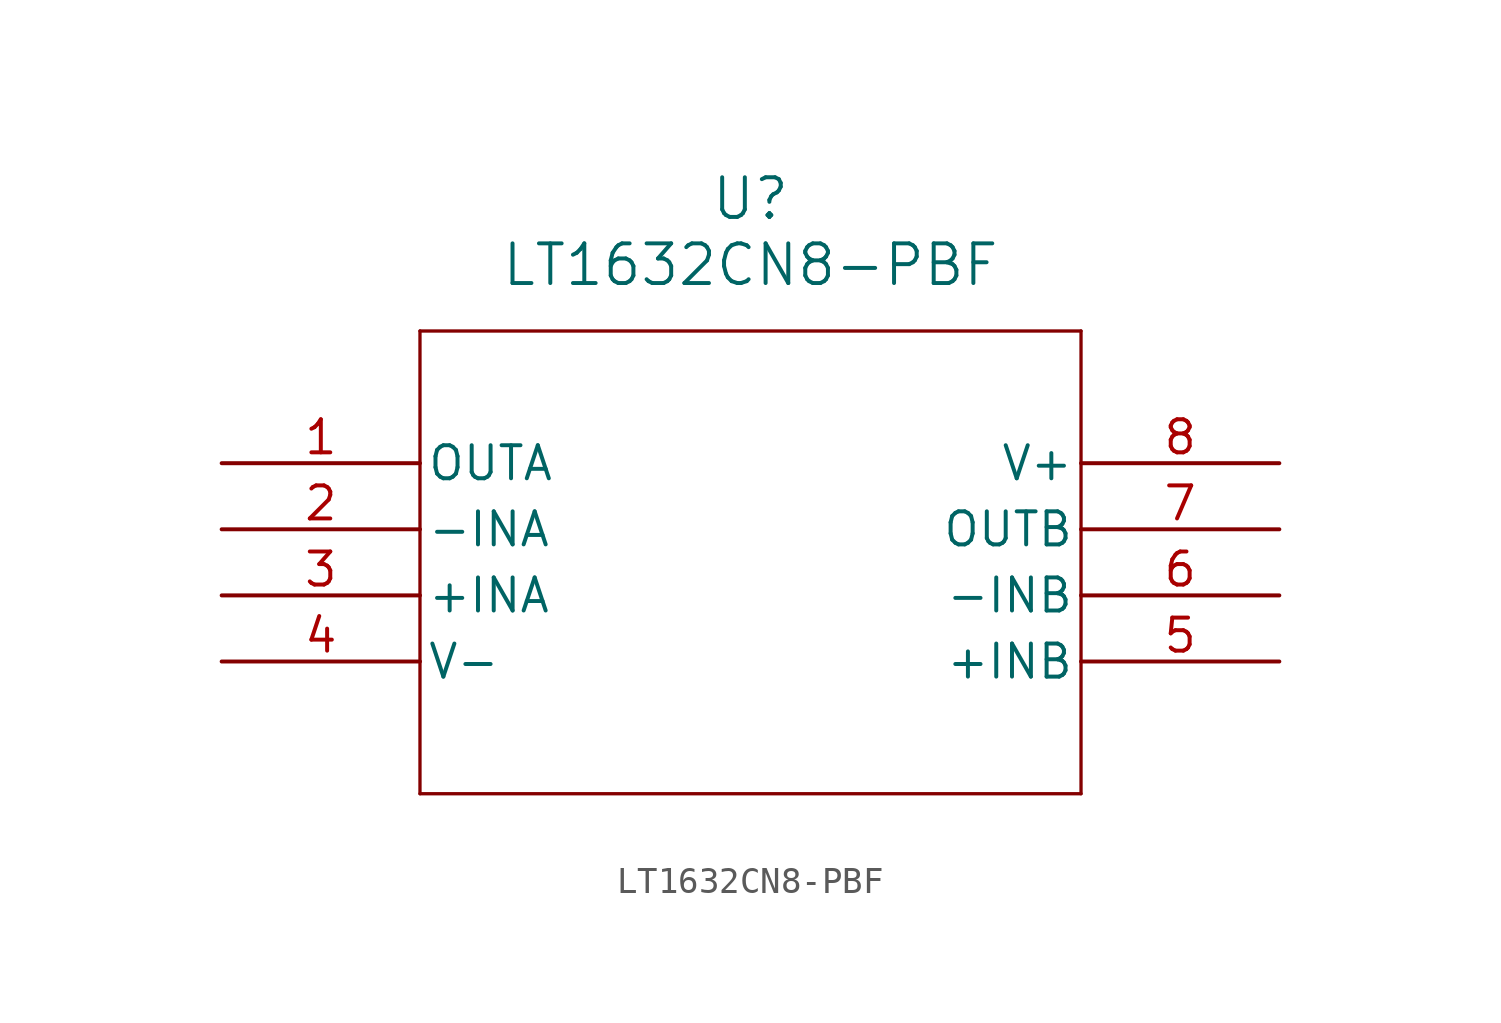
<source format=kicad_sym>
(kicad_symbol_lib
  (version 20231120)
  (generator "kicad_symbol_editor")
  (generator_version "8.0")
  (symbol "LT1632CN8-PBF"
    (pin_names
      (offset 0.254))
    (property "Reference" "U"
      (at -1.27 13.97 0)
      (effects (font (size 1.524 1.524))))
    (property "Value" "LT1632CN8-PBF"
      (at -1.27 11.43 0)
      (effects (font (size 1.524 1.524))))
    (property "ki_locked" ""
      (at 0 0 0)
      (effects (font (size 1.27 1.27))))
    (symbol "LT1632CN8-PBF_0_1"
      (polyline (pts (xy -13.97 -8.89) (xy 11.43 -8.89)) (stroke (width 0.127) (type default)) (fill (type none)))
      (polyline (pts (xy -13.97 8.89) (xy -13.97 -8.89)) (stroke (width 0.127) (type default)) (fill (type none)))
      (polyline (pts (xy 11.43 -8.89) (xy 11.43 8.89)) (stroke (width 0.127) (type default)) (fill (type none)))
      (polyline (pts (xy 11.43 8.89) (xy -13.97 8.89)) (stroke (width 0.127) (type default)) (fill (type none)))
      (pin output line (at -21.59 3.81 0) (length 7.62) (name "OUTA" (effects (font (size 1.27 1.27)))) (number "1" (effects (font (size 1.27 1.27)))))
      (pin input line (at -21.59 1.27 0) (length 7.62) (name "-INA" (effects (font (size 1.27 1.27)))) (number "2" (effects (font (size 1.27 1.27)))))
      (pin input line (at -21.59 -1.27 0) (length 7.62) (name "+INA" (effects (font (size 1.27 1.27)))) (number "3" (effects (font (size 1.27 1.27)))))
      (pin power_in line (at -21.59 -3.81 0) (length 7.62) (name "V-" (effects (font (size 1.27 1.27)))) (number "4" (effects (font (size 1.27 1.27)))))
      (pin input line (at 19.05 -3.81 180) (length 7.62) (name "+INB" (effects (font (size 1.27 1.27)))) (number "5" (effects (font (size 1.27 1.27)))))
      (pin input line (at 19.05 -1.27 180) (length 7.62) (name "-INB" (effects (font (size 1.27 1.27)))) (number "6" (effects (font (size 1.27 1.27)))))
      (pin output line (at 19.05 1.27 180) (length 7.62) (name "OUTB" (effects (font (size 1.27 1.27)))) (number "7" (effects (font (size 1.27 1.27)))))
      (pin power_in line (at 19.05 3.81 180) (length 7.62) (name "V+" (effects (font (size 1.27 1.27)))) (number "8" (effects (font (size 1.27 1.27))))))))
</source>
